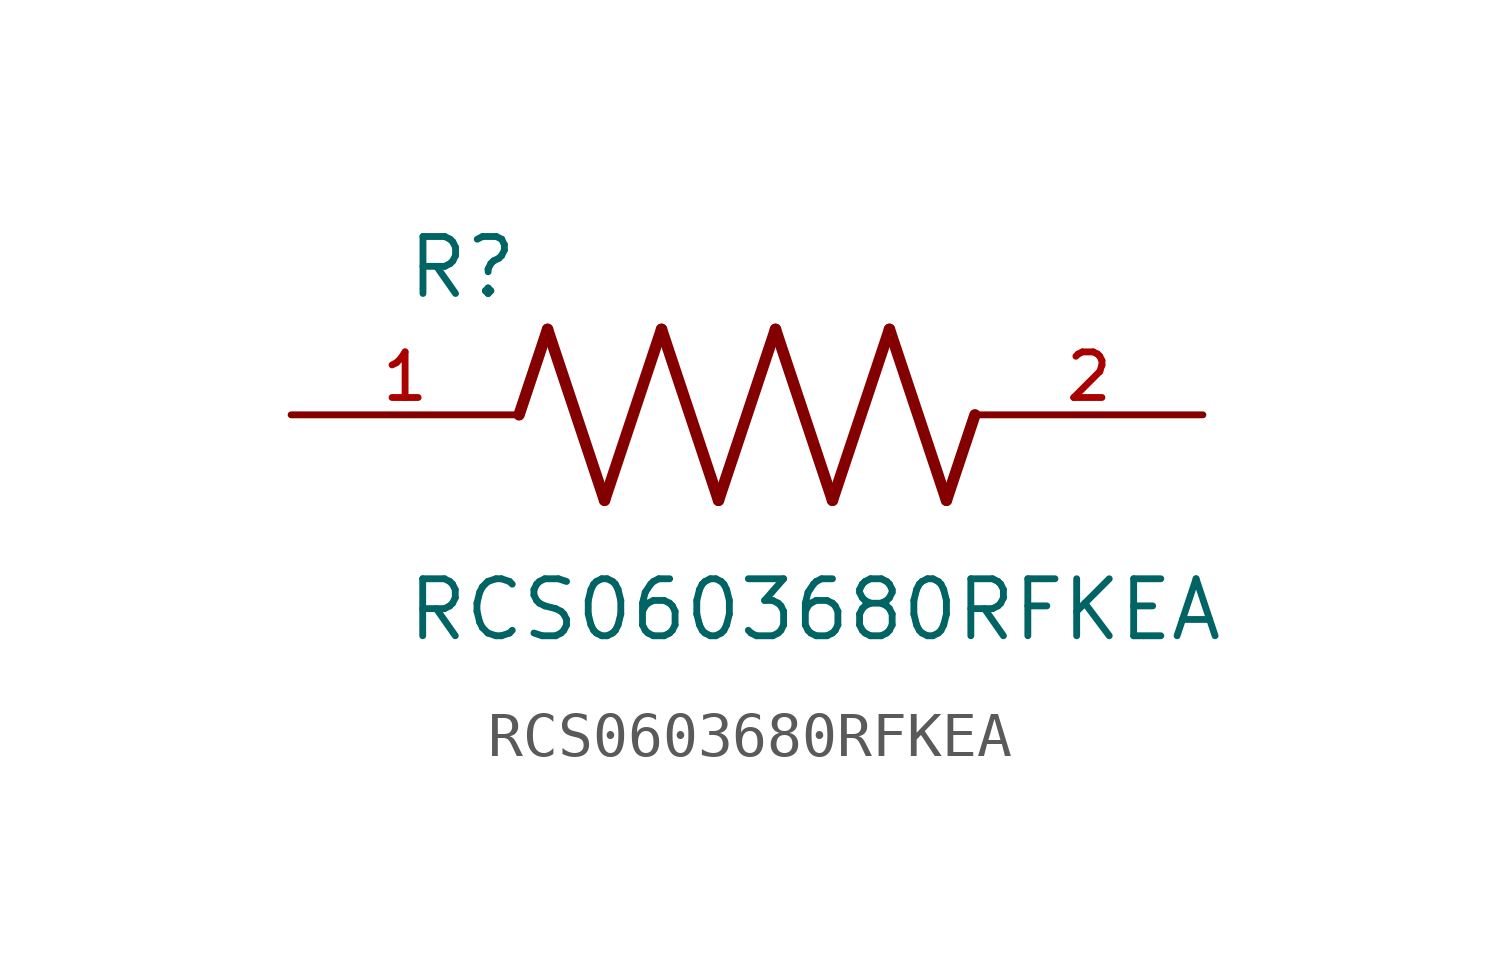
<source format=kicad_sym>
(kicad_symbol_lib
  (version 20211014)
  (generator kicad_symbol_editor)
  (symbol "RCS0603680RFKEA"
    (pin_names
      (offset 1.016))
    (property "Reference" "R"
      (at -7.624 2.541 0)
      (effects (font (size 1.27 1.27)) (justify bottom left)))
    (property "Value" "RCS0603680RFKEA"
      (at -7.63 -5.087 0)
      (effects (font (size 1.27 1.27)) (justify bottom left)))
    (symbol "RCS0603680RFKEA_0_0"
      (polyline (pts (xy -5.08 0.0) (xy -4.445 1.905)) (stroke (width 0.254)))
      (polyline (pts (xy -4.445 1.905) (xy -3.175 -1.905)) (stroke (width 0.254)))
      (polyline (pts (xy -3.175 -1.905) (xy -1.905 1.905)) (stroke (width 0.254)))
      (polyline (pts (xy -1.905 1.905) (xy -0.635 -1.905)) (stroke (width 0.254)))
      (polyline (pts (xy -0.635 -1.905) (xy 0.635 1.905)) (stroke (width 0.254)))
      (polyline (pts (xy 0.635 1.905) (xy 1.905 -1.905)) (stroke (width 0.254)))
      (polyline (pts (xy 1.905 -1.905) (xy 3.175 1.905)) (stroke (width 0.254)))
      (polyline (pts (xy 3.175 1.905) (xy 4.445 -1.905)) (stroke (width 0.254)))
      (polyline (pts (xy 4.445 -1.905) (xy 5.08 0.0)) (stroke (width 0.254)))
      (pin passive line (at -10.16 0.0 0) (length 5.08) (name "~" (effects (font (size 1.016 1.016)))) (number "1" (effects (font (size 1.016 1.016)))))
      (pin passive line (at 10.16 0.0 180.0) (length 5.08) (name "~" (effects (font (size 1.016 1.016)))) (number "2" (effects (font (size 1.016 1.016))))))))
</source>
